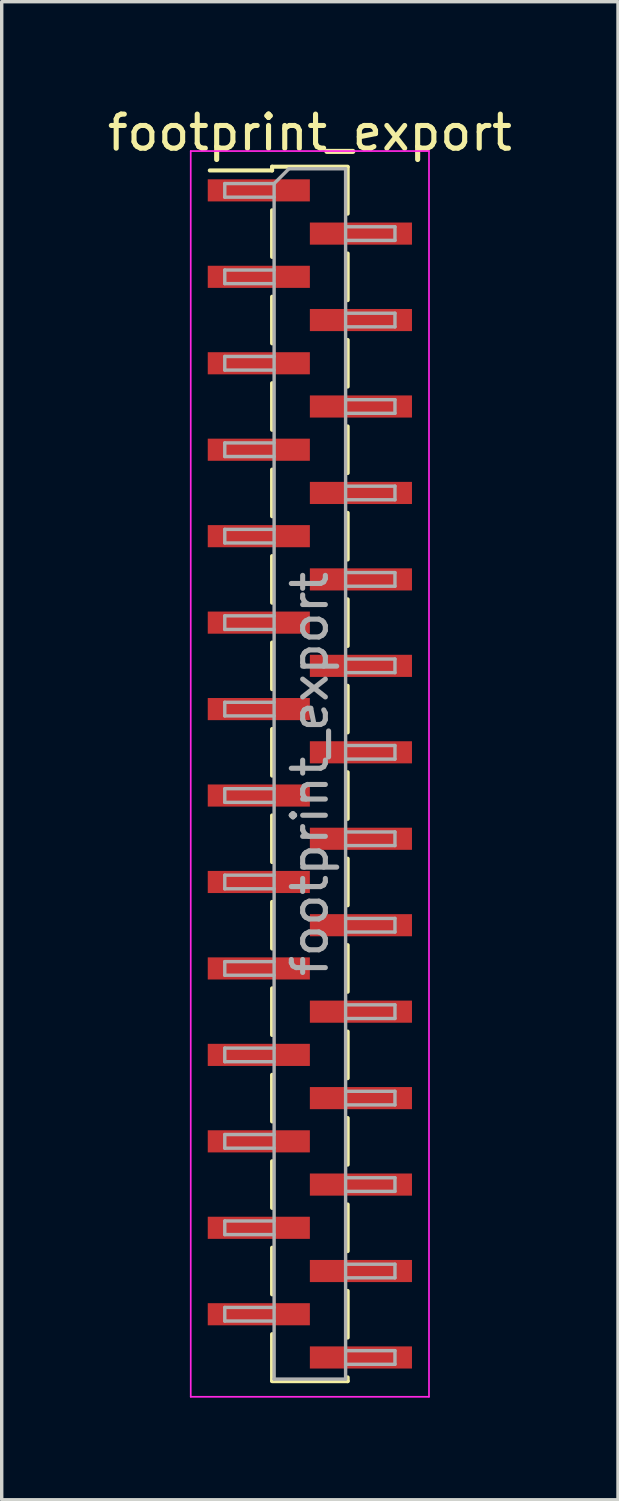
<source format=kicad_pcb>
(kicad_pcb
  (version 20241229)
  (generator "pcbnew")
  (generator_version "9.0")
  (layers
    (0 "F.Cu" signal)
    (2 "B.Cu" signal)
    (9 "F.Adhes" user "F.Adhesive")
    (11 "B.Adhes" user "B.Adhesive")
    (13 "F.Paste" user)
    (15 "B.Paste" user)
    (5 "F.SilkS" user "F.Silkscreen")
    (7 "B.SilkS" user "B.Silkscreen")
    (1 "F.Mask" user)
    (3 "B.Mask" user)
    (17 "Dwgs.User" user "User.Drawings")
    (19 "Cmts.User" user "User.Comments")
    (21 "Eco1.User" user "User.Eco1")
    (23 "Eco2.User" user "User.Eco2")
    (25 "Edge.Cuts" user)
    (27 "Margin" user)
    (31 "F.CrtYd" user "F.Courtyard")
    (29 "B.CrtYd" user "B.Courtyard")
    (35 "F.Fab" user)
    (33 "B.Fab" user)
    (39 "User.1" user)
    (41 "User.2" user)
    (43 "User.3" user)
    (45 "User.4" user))
  (footprint "footprint_export"
    (layer "F.Cu")
    (at 6.054 19.688)
    (property "Reference" "footprint_export" (at 0 -18.84 0) (layer "F.SilkS") (effects (font (size 1 1) (thickness 0.15))))
    (attr smd)
    (fp_line (start -1.11 -17.84) (end -1.11 -17.73) (stroke (width 0.12) (type solid)) (layer "F.SilkS"))
    (fp_line (start -1.11 -17.84) (end 1.11 -17.84) (stroke (width 0.12) (type solid)) (layer "F.SilkS"))
    (fp_line (start -1.11 -17.73) (end -2.94 -17.73) (stroke (width 0.12) (type solid)) (layer "F.SilkS"))
    (fp_line (start -1.11 -16.56) (end -1.11 -15.19) (stroke (width 0.12) (type solid)) (layer "F.SilkS"))
    (fp_line (start -1.11 -14.02) (end -1.11 -12.65) (stroke (width 0.12) (type solid)) (layer "F.SilkS"))
    (fp_line (start -1.11 -11.48) (end -1.11 -10.11) (stroke (width 0.12) (type solid)) (layer "F.SilkS"))
    (fp_line (start -1.11 -8.94) (end -1.11 -7.57) (stroke (width 0.12) (type solid)) (layer "F.SilkS"))
    (fp_line (start -1.11 -6.4) (end -1.11 -5.03) (stroke (width 0.12) (type solid)) (layer "F.SilkS"))
    (fp_line (start -1.11 -3.86) (end -1.11 -2.49) (stroke (width 0.12) (type solid)) (layer "F.SilkS"))
    (fp_line (start -1.11 -1.32) (end -1.11 0.05) (stroke (width 0.12) (type solid)) (layer "F.SilkS"))
    (fp_line (start -1.11 1.22) (end -1.11 2.59) (stroke (width 0.12) (type solid)) (layer "F.SilkS"))
    (fp_line (start -1.11 3.76) (end -1.11 5.13) (stroke (width 0.12) (type solid)) (layer "F.SilkS"))
    (fp_line (start -1.11 6.3) (end -1.11 7.67) (stroke (width 0.12) (type solid)) (layer "F.SilkS"))
    (fp_line (start -1.11 8.84) (end -1.11 10.21) (stroke (width 0.12) (type solid)) (layer "F.SilkS"))
    (fp_line (start -1.11 11.38) (end -1.11 12.75) (stroke (width 0.12) (type solid)) (layer "F.SilkS"))
    (fp_line (start -1.11 13.92) (end -1.11 15.29) (stroke (width 0.12) (type solid)) (layer "F.SilkS"))
    (fp_line (start -1.11 16.46) (end -1.11 17.83) (stroke (width 0.12) (type solid)) (layer "F.SilkS"))
    (fp_line (start -1.11 17.84) (end 1.11 17.84) (stroke (width 0.12) (type solid)) (layer "F.SilkS"))
    (fp_line (start 1.11 -17.83) (end 1.11 -16.46) (stroke (width 0.12) (type solid)) (layer "F.SilkS"))
    (fp_line (start 1.11 -15.29) (end 1.11 -13.92) (stroke (width 0.12) (type solid)) (layer "F.SilkS"))
    (fp_line (start 1.11 -12.75) (end 1.11 -11.38) (stroke (width 0.12) (type solid)) (layer "F.SilkS"))
    (fp_line (start 1.11 -10.21) (end 1.11 -8.84) (stroke (width 0.12) (type solid)) (layer "F.SilkS"))
    (fp_line (start 1.11 -7.67) (end 1.11 -6.3) (stroke (width 0.12) (type solid)) (layer "F.SilkS"))
    (fp_line (start 1.11 -5.13) (end 1.11 -3.76) (stroke (width 0.12) (type solid)) (layer "F.SilkS"))
    (fp_line (start 1.11 -2.59) (end 1.11 -1.22) (stroke (width 0.12) (type solid)) (layer "F.SilkS"))
    (fp_line (start 1.11 -0.05) (end 1.11 1.32) (stroke (width 0.12) (type solid)) (layer "F.SilkS"))
    (fp_line (start 1.11 2.49) (end 1.11 3.86) (stroke (width 0.12) (type solid)) (layer "F.SilkS"))
    (fp_line (start 1.11 5.03) (end 1.11 6.4) (stroke (width 0.12) (type solid)) (layer "F.SilkS"))
    (fp_line (start 1.11 7.57) (end 1.11 8.94) (stroke (width 0.12) (type solid)) (layer "F.SilkS"))
    (fp_line (start 1.11 10.11) (end 1.11 11.48) (stroke (width 0.12) (type solid)) (layer "F.SilkS"))
    (fp_line (start 1.11 12.65) (end 1.11 14.02) (stroke (width 0.12) (type solid)) (layer "F.SilkS"))
    (fp_line (start 1.11 15.19) (end 1.11 16.56) (stroke (width 0.12) (type solid)) (layer "F.SilkS"))
    (fp_line (start 1.11 17.73) (end 1.11 17.84) (stroke (width 0.12) (type solid)) (layer "F.SilkS"))
    (fp_line (start -3.5 -18.3) (end -3.5 18.3) (stroke (width 0.05) (type solid)) (layer "F.CrtYd"))
    (fp_line (start -3.5 18.3) (end 3.5 18.3) (stroke (width 0.05) (type solid)) (layer "F.CrtYd"))
    (fp_line (start 3.5 -18.3) (end -3.5 -18.3) (stroke (width 0.05) (type solid)) (layer "F.CrtYd"))
    (fp_line (start 3.5 18.3) (end 3.5 -18.3) (stroke (width 0.05) (type solid)) (layer "F.CrtYd"))
    (fp_line (start -2.5 -17.345) (end -2.5 -16.945) (stroke (width 0.1) (type solid)) (layer "F.Fab"))
    (fp_line (start -2.5 -16.945) (end -1.05 -16.945) (stroke (width 0.1) (type solid)) (layer "F.Fab"))
    (fp_line (start -2.5 -14.805) (end -2.5 -14.405) (stroke (width 0.1) (type solid)) (layer "F.Fab"))
    (fp_line (start -2.5 -14.405) (end -1.05 -14.405) (stroke (width 0.1) (type solid)) (layer "F.Fab"))
    (fp_line (start -2.5 -12.265) (end -2.5 -11.865) (stroke (width 0.1) (type solid)) (layer "F.Fab"))
    (fp_line (start -2.5 -11.865) (end -1.05 -11.865) (stroke (width 0.1) (type solid)) (layer "F.Fab"))
    (fp_line (start -2.5 -9.725) (end -2.5 -9.325) (stroke (width 0.1) (type solid)) (layer "F.Fab"))
    (fp_line (start -2.5 -9.325) (end -1.05 -9.325) (stroke (width 0.1) (type solid)) (layer "F.Fab"))
    (fp_line (start -2.5 -7.185) (end -2.5 -6.785) (stroke (width 0.1) (type solid)) (layer "F.Fab"))
    (fp_line (start -2.5 -6.785) (end -1.05 -6.785) (stroke (width 0.1) (type solid)) (layer "F.Fab"))
    (fp_line (start -2.5 -4.645) (end -2.5 -4.245) (stroke (width 0.1) (type solid)) (layer "F.Fab"))
    (fp_line (start -2.5 -4.245) (end -1.05 -4.245) (stroke (width 0.1) (type solid)) (layer "F.Fab"))
    (fp_line (start -2.5 -2.105) (end -2.5 -1.705) (stroke (width 0.1) (type solid)) (layer "F.Fab"))
    (fp_line (start -2.5 -1.705) (end -1.05 -1.705) (stroke (width 0.1) (type solid)) (layer "F.Fab"))
    (fp_line (start -2.5 0.435) (end -2.5 0.835) (stroke (width 0.1) (type solid)) (layer "F.Fab"))
    (fp_line (start -2.5 0.835) (end -1.05 0.835) (stroke (width 0.1) (type solid)) (layer "F.Fab"))
    (fp_line (start -2.5 2.975) (end -2.5 3.375) (stroke (width 0.1) (type solid)) (layer "F.Fab"))
    (fp_line (start -2.5 3.375) (end -1.05 3.375) (stroke (width 0.1) (type solid)) (layer "F.Fab"))
    (fp_line (start -2.5 5.515) (end -2.5 5.915) (stroke (width 0.1) (type solid)) (layer "F.Fab"))
    (fp_line (start -2.5 5.915) (end -1.05 5.915) (stroke (width 0.1) (type solid)) (layer "F.Fab"))
    (fp_line (start -2.5 8.055) (end -2.5 8.455) (stroke (width 0.1) (type solid)) (layer "F.Fab"))
    (fp_line (start -2.5 8.455) (end -1.05 8.455) (stroke (width 0.1) (type solid)) (layer "F.Fab"))
    (fp_line (start -2.5 10.595) (end -2.5 10.995) (stroke (width 0.1) (type solid)) (layer "F.Fab"))
    (fp_line (start -2.5 10.995) (end -1.05 10.995) (stroke (width 0.1) (type solid)) (layer "F.Fab"))
    (fp_line (start -2.5 13.135) (end -2.5 13.535) (stroke (width 0.1) (type solid)) (layer "F.Fab"))
    (fp_line (start -2.5 13.535) (end -1.05 13.535) (stroke (width 0.1) (type solid)) (layer "F.Fab"))
    (fp_line (start -2.5 15.675) (end -2.5 16.075) (stroke (width 0.1) (type solid)) (layer "F.Fab"))
    (fp_line (start -2.5 16.075) (end -1.05 16.075) (stroke (width 0.1) (type solid)) (layer "F.Fab"))
    (fp_line (start -1.05 -17.345) (end -2.5 -17.345) (stroke (width 0.1) (type solid)) (layer "F.Fab"))
    (fp_line (start -1.05 -17.345) (end -0.615 -17.78) (stroke (width 0.1) (type solid)) (layer "F.Fab"))
    (fp_line (start -1.05 -14.805) (end -2.5 -14.805) (stroke (width 0.1) (type solid)) (layer "F.Fab"))
    (fp_line (start -1.05 -12.265) (end -2.5 -12.265) (stroke (width 0.1) (type solid)) (layer "F.Fab"))
    (fp_line (start -1.05 -9.725) (end -2.5 -9.725) (stroke (width 0.1) (type solid)) (layer "F.Fab"))
    (fp_line (start -1.05 -7.185) (end -2.5 -7.185) (stroke (width 0.1) (type solid)) (layer "F.Fab"))
    (fp_line (start -1.05 -4.645) (end -2.5 -4.645) (stroke (width 0.1) (type solid)) (layer "F.Fab"))
    (fp_line (start -1.05 -2.105) (end -2.5 -2.105) (stroke (width 0.1) (type solid)) (layer "F.Fab"))
    (fp_line (start -1.05 0.435) (end -2.5 0.435) (stroke (width 0.1) (type solid)) (layer "F.Fab"))
    (fp_line (start -1.05 2.975) (end -2.5 2.975) (stroke (width 0.1) (type solid)) (layer "F.Fab"))
    (fp_line (start -1.05 5.515) (end -2.5 5.515) (stroke (width 0.1) (type solid)) (layer "F.Fab"))
    (fp_line (start -1.05 8.055) (end -2.5 8.055) (stroke (width 0.1) (type solid)) (layer "F.Fab"))
    (fp_line (start -1.05 10.595) (end -2.5 10.595) (stroke (width 0.1) (type solid)) (layer "F.Fab"))
    (fp_line (start -1.05 13.135) (end -2.5 13.135) (stroke (width 0.1) (type solid)) (layer "F.Fab"))
    (fp_line (start -1.05 15.675) (end -2.5 15.675) (stroke (width 0.1) (type solid)) (layer "F.Fab"))
    (fp_line (start -1.05 17.78) (end -1.05 -17.345) (stroke (width 0.1) (type solid)) (layer "F.Fab"))
    (fp_line (start -0.615 -17.78) (end 1.05 -17.78) (stroke (width 0.1) (type solid)) (layer "F.Fab"))
    (fp_line (start 1.05 -17.78) (end 1.05 17.78) (stroke (width 0.1) (type solid)) (layer "F.Fab"))
    (fp_line (start 1.05 -16.075) (end 2.5 -16.075) (stroke (width 0.1) (type solid)) (layer "F.Fab"))
    (fp_line (start 1.05 -13.535) (end 2.5 -13.535) (stroke (width 0.1) (type solid)) (layer "F.Fab"))
    (fp_line (start 1.05 -10.995) (end 2.5 -10.995) (stroke (width 0.1) (type solid)) (layer "F.Fab"))
    (fp_line (start 1.05 -8.455) (end 2.5 -8.455) (stroke (width 0.1) (type solid)) (layer "F.Fab"))
    (fp_line (start 1.05 -5.915) (end 2.5 -5.915) (stroke (width 0.1) (type solid)) (layer "F.Fab"))
    (fp_line (start 1.05 -3.375) (end 2.5 -3.375) (stroke (width 0.1) (type solid)) (layer "F.Fab"))
    (fp_line (start 1.05 -0.835) (end 2.5 -0.835) (stroke (width 0.1) (type solid)) (layer "F.Fab"))
    (fp_line (start 1.05 1.705) (end 2.5 1.705) (stroke (width 0.1) (type solid)) (layer "F.Fab"))
    (fp_line (start 1.05 4.245) (end 2.5 4.245) (stroke (width 0.1) (type solid)) (layer "F.Fab"))
    (fp_line (start 1.05 6.785) (end 2.5 6.785) (stroke (width 0.1) (type solid)) (layer "F.Fab"))
    (fp_line (start 1.05 9.325) (end 2.5 9.325) (stroke (width 0.1) (type solid)) (layer "F.Fab"))
    (fp_line (start 1.05 11.865) (end 2.5 11.865) (stroke (width 0.1) (type solid)) (layer "F.Fab"))
    (fp_line (start 1.05 14.405) (end 2.5 14.405) (stroke (width 0.1) (type solid)) (layer "F.Fab"))
    (fp_line (start 1.05 16.945) (end 2.5 16.945) (stroke (width 0.1) (type solid)) (layer "F.Fab"))
    (fp_line (start 1.05 17.78) (end -1.05 17.78) (stroke (width 0.1) (type solid)) (layer "F.Fab"))
    (fp_line (start 2.5 -16.075) (end 2.5 -15.675) (stroke (width 0.1) (type solid)) (layer "F.Fab"))
    (fp_line (start 2.5 -15.675) (end 1.05 -15.675) (stroke (width 0.1) (type solid)) (layer "F.Fab"))
    (fp_line (start 2.5 -13.535) (end 2.5 -13.135) (stroke (width 0.1) (type solid)) (layer "F.Fab"))
    (fp_line (start 2.5 -13.135) (end 1.05 -13.135) (stroke (width 0.1) (type solid)) (layer "F.Fab"))
    (fp_line (start 2.5 -10.995) (end 2.5 -10.595) (stroke (width 0.1) (type solid)) (layer "F.Fab"))
    (fp_line (start 2.5 -10.595) (end 1.05 -10.595) (stroke (width 0.1) (type solid)) (layer "F.Fab"))
    (fp_line (start 2.5 -8.455) (end 2.5 -8.055) (stroke (width 0.1) (type solid)) (layer "F.Fab"))
    (fp_line (start 2.5 -8.055) (end 1.05 -8.055) (stroke (width 0.1) (type solid)) (layer "F.Fab"))
    (fp_line (start 2.5 -5.915) (end 2.5 -5.515) (stroke (width 0.1) (type solid)) (layer "F.Fab"))
    (fp_line (start 2.5 -5.515) (end 1.05 -5.515) (stroke (width 0.1) (type solid)) (layer "F.Fab"))
    (fp_line (start 2.5 -3.375) (end 2.5 -2.975) (stroke (width 0.1) (type solid)) (layer "F.Fab"))
    (fp_line (start 2.5 -2.975) (end 1.05 -2.975) (stroke (width 0.1) (type solid)) (layer "F.Fab"))
    (fp_line (start 2.5 -0.835) (end 2.5 -0.435) (stroke (width 0.1) (type solid)) (layer "F.Fab"))
    (fp_line (start 2.5 -0.435) (end 1.05 -0.435) (stroke (width 0.1) (type solid)) (layer "F.Fab"))
    (fp_line (start 2.5 1.705) (end 2.5 2.105) (stroke (width 0.1) (type solid)) (layer "F.Fab"))
    (fp_line (start 2.5 2.105) (end 1.05 2.105) (stroke (width 0.1) (type solid)) (layer "F.Fab"))
    (fp_line (start 2.5 4.245) (end 2.5 4.645) (stroke (width 0.1) (type solid)) (layer "F.Fab"))
    (fp_line (start 2.5 4.645) (end 1.05 4.645) (stroke (width 0.1) (type solid)) (layer "F.Fab"))
    (fp_line (start 2.5 6.785) (end 2.5 7.185) (stroke (width 0.1) (type solid)) (layer "F.Fab"))
    (fp_line (start 2.5 7.185) (end 1.05 7.185) (stroke (width 0.1) (type solid)) (layer "F.Fab"))
    (fp_line (start 2.5 9.325) (end 2.5 9.725) (stroke (width 0.1) (type solid)) (layer "F.Fab"))
    (fp_line (start 2.5 9.725) (end 1.05 9.725) (stroke (width 0.1) (type solid)) (layer "F.Fab"))
    (fp_line (start 2.5 11.865) (end 2.5 12.265) (stroke (width 0.1) (type solid)) (layer "F.Fab"))
    (fp_line (start 2.5 12.265) (end 1.05 12.265) (stroke (width 0.1) (type solid)) (layer "F.Fab"))
    (fp_line (start 2.5 14.405) (end 2.5 14.805) (stroke (width 0.1) (type solid)) (layer "F.Fab"))
    (fp_line (start 2.5 14.805) (end 1.05 14.805) (stroke (width 0.1) (type solid)) (layer "F.Fab"))
    (fp_line (start 2.5 16.945) (end 2.5 17.345) (stroke (width 0.1) (type solid)) (layer "F.Fab"))
    (fp_line (start 2.5 17.345) (end 1.05 17.345) (stroke (width 0.1) (type solid)) (layer "F.Fab"))
    (fp_text user "${REFERENCE}" (at 0 0 90) (layer "F.Fab") (effects (font (size 1 1) (thickness 0.15))))
    (pad "1" smd rect (at -1.5 -17.145) (size 3 0.65) (layers "F.Cu" "F.Mask" "F.Paste"))
    (pad "2" smd rect (at 1.5 -15.875) (size 3 0.65) (layers "F.Cu" "F.Mask" "F.Paste"))
    (pad "3" smd rect (at -1.5 -14.605) (size 3 0.65) (layers "F.Cu" "F.Mask" "F.Paste"))
    (pad "4" smd rect (at 1.5 -13.335) (size 3 0.65) (layers "F.Cu" "F.Mask" "F.Paste"))
    (pad "5" smd rect (at -1.5 -12.065) (size 3 0.65) (layers "F.Cu" "F.Mask" "F.Paste"))
    (pad "6" smd rect (at 1.5 -10.795) (size 3 0.65) (layers "F.Cu" "F.Mask" "F.Paste"))
    (pad "7" smd rect (at -1.5 -9.525) (size 3 0.65) (layers "F.Cu" "F.Mask" "F.Paste"))
    (pad "8" smd rect (at 1.5 -8.255) (size 3 0.65) (layers "F.Cu" "F.Mask" "F.Paste"))
    (pad "9" smd rect (at -1.5 -6.985) (size 3 0.65) (layers "F.Cu" "F.Mask" "F.Paste"))
    (pad "10" smd rect (at 1.5 -5.715) (size 3 0.65) (layers "F.Cu" "F.Mask" "F.Paste"))
    (pad "11" smd rect (at -1.5 -4.445) (size 3 0.65) (layers "F.Cu" "F.Mask" "F.Paste"))
    (pad "12" smd rect (at 1.5 -3.175) (size 3 0.65) (layers "F.Cu" "F.Mask" "F.Paste"))
    (pad "13" smd rect (at -1.5 -1.905) (size 3 0.65) (layers "F.Cu" "F.Mask" "F.Paste"))
    (pad "14" smd rect (at 1.5 -0.635) (size 3 0.65) (layers "F.Cu" "F.Mask" "F.Paste"))
    (pad "15" smd rect (at -1.5 0.635) (size 3 0.65) (layers "F.Cu" "F.Mask" "F.Paste"))
    (pad "16" smd rect (at 1.5 1.905) (size 3 0.65) (layers "F.Cu" "F.Mask" "F.Paste"))
    (pad "17" smd rect (at -1.5 3.175) (size 3 0.65) (layers "F.Cu" "F.Mask" "F.Paste"))
    (pad "18" smd rect (at 1.5 4.445) (size 3 0.65) (layers "F.Cu" "F.Mask" "F.Paste"))
    (pad "19" smd rect (at -1.5 5.715) (size 3 0.65) (layers "F.Cu" "F.Mask" "F.Paste"))
    (pad "20" smd rect (at 1.5 6.985) (size 3 0.65) (layers "F.Cu" "F.Mask" "F.Paste"))
    (pad "21" smd rect (at -1.5 8.255) (size 3 0.65) (layers "F.Cu" "F.Mask" "F.Paste"))
    (pad "22" smd rect (at 1.5 9.525) (size 3 0.65) (layers "F.Cu" "F.Mask" "F.Paste"))
    (pad "23" smd rect (at -1.5 10.795) (size 3 0.65) (layers "F.Cu" "F.Mask" "F.Paste"))
    (pad "24" smd rect (at 1.5 12.065) (size 3 0.65) (layers "F.Cu" "F.Mask" "F.Paste"))
    (pad "25" smd rect (at -1.5 13.335) (size 3 0.65) (layers "F.Cu" "F.Mask" "F.Paste"))
    (pad "26" smd rect (at 1.5 14.605) (size 3 0.65) (layers "F.Cu" "F.Mask" "F.Paste"))
    (pad "27" smd rect (at -1.5 15.875) (size 3 0.65) (layers "F.Cu" "F.Mask" "F.Paste"))
    (pad "28" smd rect (at 1.5 17.145) (size 3 0.65) (layers "F.Cu" "F.Mask" "F.Paste")))
  (gr_rect
    (start -3 -3)
    (end 15.107 41.013)
    (stroke (width 0.1) (type default))
    (fill no)
    (layer "Edge.Cuts")))
</source>
